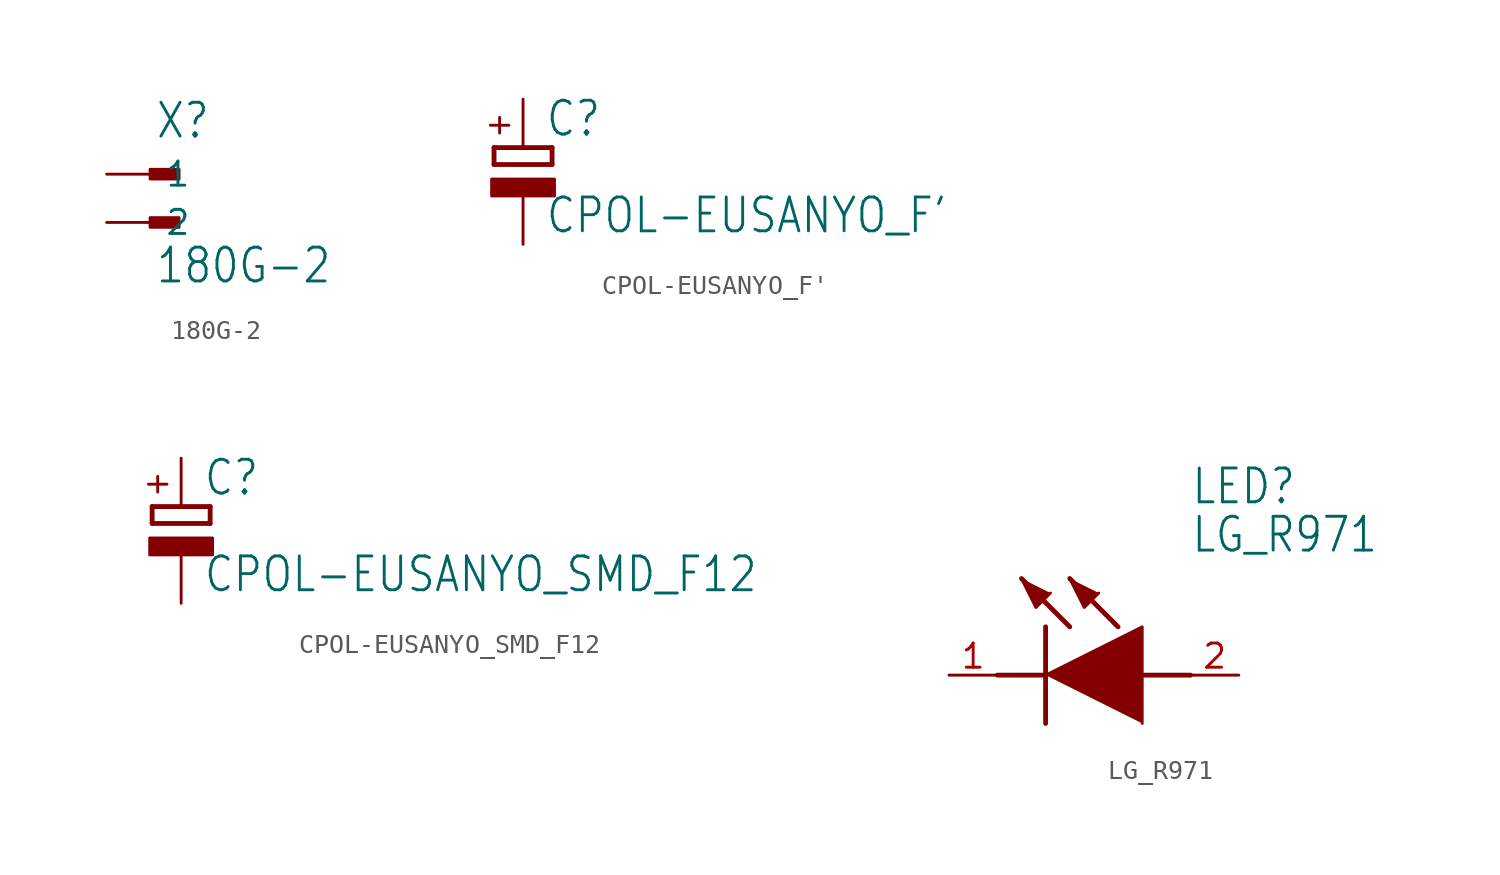
<source format=kicad_sym>
(kicad_symbol_lib
  (version 20211014)
  (generator kicad_symbol_editor)
  (symbol "180G-2"
    (property "Reference" "X"
      (at 0 1.778 0)
      (effects (font (size 1.778 1.511)) (justify left bottom)))
    (property "Value" "180G-2"
      (at 0 -5.842 0)
      (effects (font (size 1.778 1.511)) (justify left bottom)))
    (property "ki_locked" ""
      (at 0 0 0)
      (effects (font (size 1.27 1.27))))
    (symbol "180G-2_1_0"
      (rectangle (start -0.254 -2.794) (end 1.27 -2.286) (stroke (width 0) (type default) (color 0 0 0 0)) (fill (type outline)))
      (rectangle (start -0.254 -0.254) (end 1.27 0.254) (stroke (width 0) (type default) (color 0 0 0 0)) (fill (type outline)))
      (pin passive line (at -2.54 0 0) (length 2.54) (name "1" (effects (font (size 1.27 1.27)))) (number "1" (effects (font (size 0 0)))))
      (pin passive line (at -2.54 -2.54 0) (length 2.54) (name "2" (effects (font (size 1.27 1.27)))) (number "2" (effects (font (size 0 0)))))))
  (symbol "CPOL-EUSANYO_F'"
    (property "Reference" "C"
      (at 1.143 0.483 0)
      (effects (font (size 1.778 1.511)) (justify left bottom)))
    (property "Value" "CPOL-EUSANYO_F'"
      (at 1.143 -4.597 0)
      (effects (font (size 1.778 1.511)) (justify left bottom)))
    (property "ki_locked" ""
      (at 0 0 0)
      (effects (font (size 1.27 1.27))))
    (symbol "CPOL-EUSANYO_F'_1_0"
      (rectangle (start -1.651 -2.54) (end 1.651 -1.651) (stroke (width 0) (type default) (color 0 0 0 0)) (fill (type outline)))
      (polyline (pts (xy -1.524 -0.889) (xy 1.524 -0.889)) (stroke (width 0.254) (type default) (color 0 0 0 0)) (fill (type none)))
      (polyline (pts (xy -1.524 0) (xy -1.524 -0.889)) (stroke (width 0.254) (type default) (color 0 0 0 0)) (fill (type none)))
      (polyline (pts (xy -1.524 0) (xy 1.524 0)) (stroke (width 0.254) (type default) (color 0 0 0 0)) (fill (type none)))
      (polyline (pts (xy 1.524 -0.889) (xy 1.524 0)) (stroke (width 0.254) (type default) (color 0 0 0 0)) (fill (type none)))
      (text "+" (at -0.584 0.406 900) (effects (font (size 1.27 1.079)) (justify left bottom)))
      (pin passive line (at 0 2.54 270) (length 2.54) (name "+" (effects (font (size 0 0)))) (number "+" (effects (font (size 0 0)))))
      (pin passive line (at 0 -5.08 90) (length 2.54) (name "-" (effects (font (size 0 0)))) (number "-" (effects (font (size 0 0)))))))
  (symbol "CPOL-EUSANYO_SMD_F12"
    (property "Reference" "C"
      (at 1.143 0.483 0)
      (effects (font (size 1.778 1.511)) (justify left bottom)))
    (property "Value" "CPOL-EUSANYO_SMD_F12"
      (at 1.143 -4.597 0)
      (effects (font (size 1.778 1.511)) (justify left bottom)))
    (property "ki_locked" ""
      (at 0 0 0)
      (effects (font (size 1.27 1.27))))
    (symbol "CPOL-EUSANYO_SMD_F12_1_0"
      (rectangle (start -1.651 -2.54) (end 1.651 -1.651) (stroke (width 0) (type default) (color 0 0 0 0)) (fill (type outline)))
      (polyline (pts (xy -1.524 -0.889) (xy 1.524 -0.889)) (stroke (width 0.254) (type default) (color 0 0 0 0)) (fill (type none)))
      (polyline (pts (xy -1.524 0) (xy -1.524 -0.889)) (stroke (width 0.254) (type default) (color 0 0 0 0)) (fill (type none)))
      (polyline (pts (xy -1.524 0) (xy 1.524 0)) (stroke (width 0.254) (type default) (color 0 0 0 0)) (fill (type none)))
      (polyline (pts (xy 1.524 -0.889) (xy 1.524 0)) (stroke (width 0.254) (type default) (color 0 0 0 0)) (fill (type none)))
      (text "+" (at -0.584 0.406 900) (effects (font (size 1.27 1.079)) (justify left bottom)))
      (pin passive line (at 0 2.54 270) (length 2.54) (name "+" (effects (font (size 0 0)))) (number "+" (effects (font (size 0 0)))))
      (pin passive line (at 0 -5.08 90) (length 2.54) (name "-" (effects (font (size 0 0)))) (number "-" (effects (font (size 0 0)))))))
  (symbol "LG_R971"
    (property "Reference" "LED"
      (at 12.7 8.89 0)
      (effects (font (size 1.778 1.511)) (justify left bottom)))
    (property "Value" "LG_R971"
      (at 12.7 6.35 0)
      (effects (font (size 1.778 1.511)) (justify left bottom)))
    (property "ki_locked" ""
      (at 0 0 0)
      (effects (font (size 1.27 1.27))))
    (symbol "LG_R971_1_0"
      (polyline (pts (xy 2.54 0) (xy 5.08 0)) (stroke (width 0.254) (type default) (color 0 0 0 0)) (fill (type none)))
      (polyline (pts (xy 5.08 2.54) (xy 5.08 -2.54)) (stroke (width 0.254) (type default) (color 0 0 0 0)) (fill (type none)))
      (polyline (pts (xy 6.35 2.54) (xy 3.81 5.08)) (stroke (width 0.254) (type default) (color 0 0 0 0)) (fill (type none)))
      (polyline (pts (xy 8.89 2.54) (xy 6.35 5.08)) (stroke (width 0.254) (type default) (color 0 0 0 0)) (fill (type none)))
      (polyline (pts (xy 10.16 0) (xy 12.7 0)) (stroke (width 0.254) (type default) (color 0 0 0 0)) (fill (type none)))
      (polyline (pts (xy 5.08 0) (xy 10.16 2.54) (xy 10.16 -2.54)) (stroke (width 0) (type default) (color 0 0 0 0)) (fill (type outline)))
      (polyline (pts (xy 5.334 4.318) (xy 4.572 3.556) (xy 3.81 5.08)) (stroke (width 0) (type default) (color 0 0 0 0)) (fill (type outline)))
      (polyline (pts (xy 7.874 4.318) (xy 7.112 3.556) (xy 6.35 5.08)) (stroke (width 0) (type default) (color 0 0 0 0)) (fill (type outline)))
      (pin bidirectional line (at 0 0 0) (length 2.54) (name "K" (effects (font (size 0 0)))) (number "1" (effects (font (size 1.27 1.27)))))
      (pin bidirectional line (at 15.24 0 180) (length 2.54) (name "A" (effects (font (size 0 0)))) (number "2" (effects (font (size 1.27 1.27))))))))
</source>
